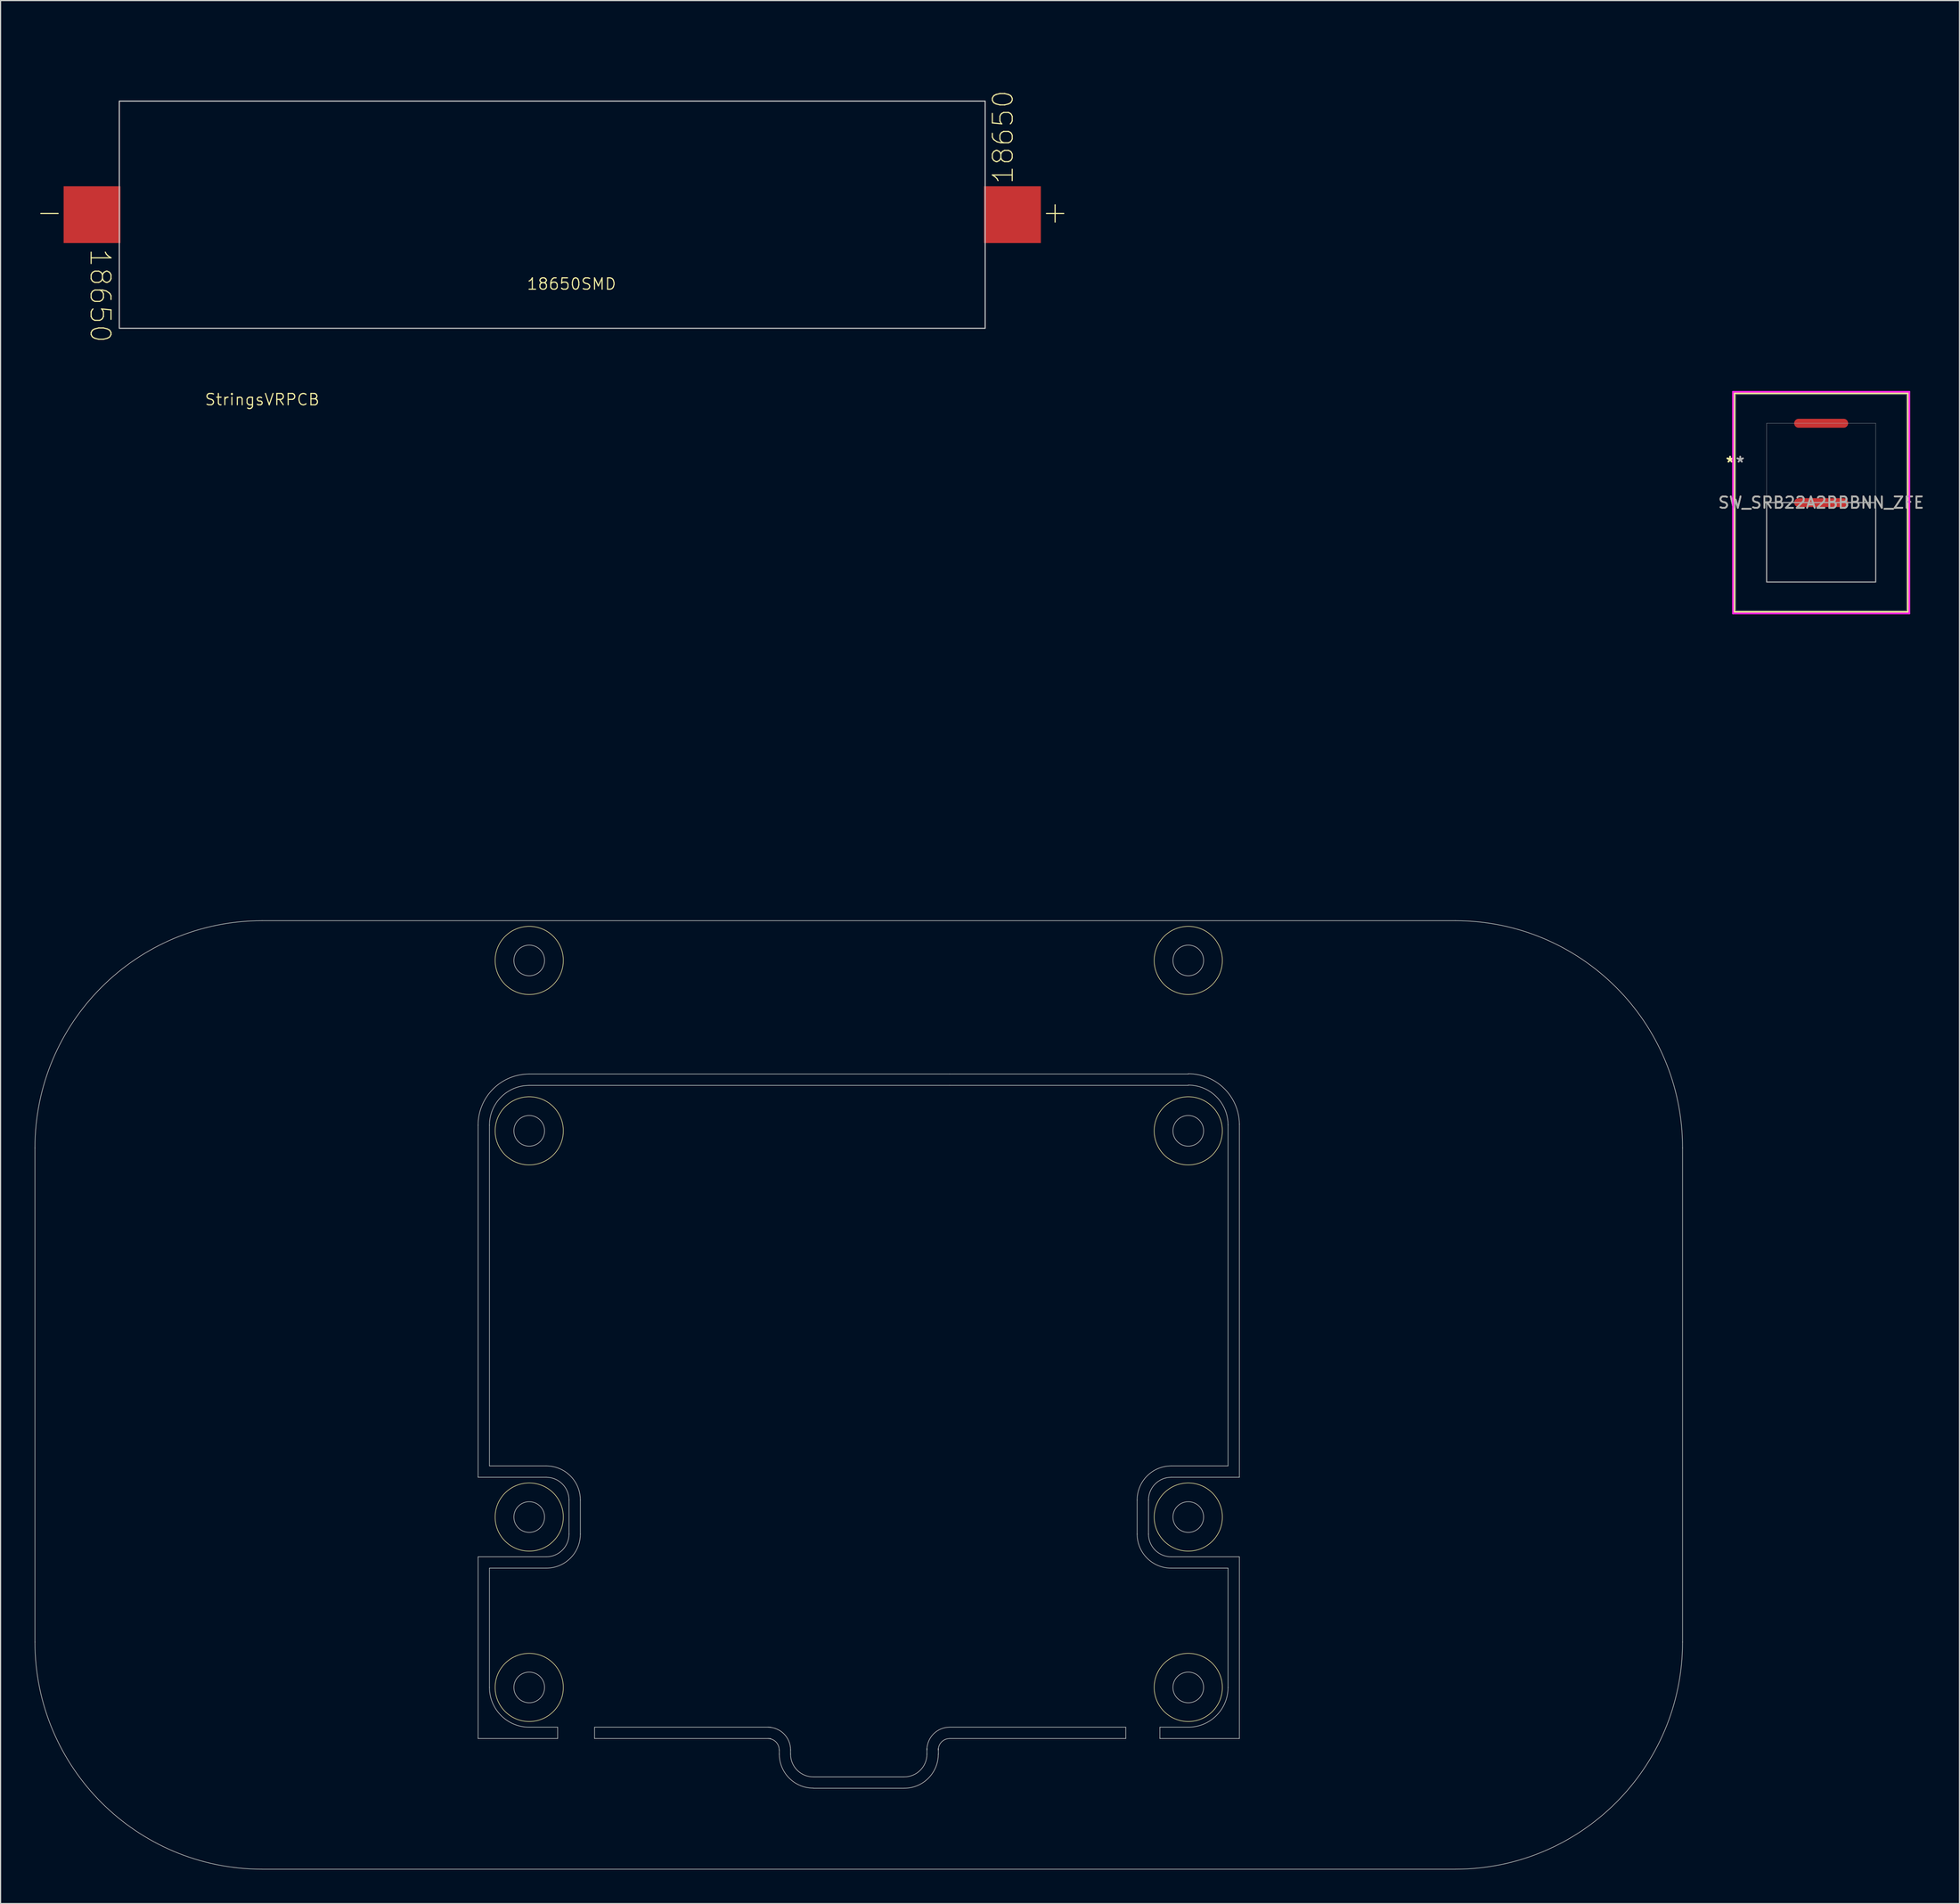
<source format=kicad_pcb>
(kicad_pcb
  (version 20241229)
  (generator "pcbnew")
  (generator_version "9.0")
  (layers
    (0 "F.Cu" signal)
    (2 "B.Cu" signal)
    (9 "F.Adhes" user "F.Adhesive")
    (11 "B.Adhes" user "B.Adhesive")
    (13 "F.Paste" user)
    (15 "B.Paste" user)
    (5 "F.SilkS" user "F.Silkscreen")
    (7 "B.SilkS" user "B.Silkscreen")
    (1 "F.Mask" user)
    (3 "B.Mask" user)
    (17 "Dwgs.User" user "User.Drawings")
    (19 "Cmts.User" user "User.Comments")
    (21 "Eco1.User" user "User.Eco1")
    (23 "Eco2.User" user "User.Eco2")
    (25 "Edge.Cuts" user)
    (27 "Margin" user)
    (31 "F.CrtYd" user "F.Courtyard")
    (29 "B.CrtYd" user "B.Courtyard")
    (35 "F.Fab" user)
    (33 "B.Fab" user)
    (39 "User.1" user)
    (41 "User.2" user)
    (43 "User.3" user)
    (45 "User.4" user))
  (footprint "StringsVRPCB"
    (layer "F.Cu")
    (at 72.525 121.502)
    (property "Reference" "StringsVRPCB" (at -52.5 -89.375 0) (unlocked yes) (layer "F.SilkS") (effects (font (size 1 1) (thickness 0.1))))
    (fp_circle (center -29 -40) (end -26 -40) (stroke (width 0.05) (type default)) (fill no) (layer "F.SilkS"))
    (fp_circle (center -29 -25) (end -26 -25) (stroke (width 0.05) (type default)) (fill no) (layer "F.SilkS"))
    (fp_circle (center -29 9) (end -26 9) (stroke (width 0.05) (type default)) (fill no) (layer "F.SilkS"))
    (fp_circle (center -29 24) (end -26 24) (stroke (width 0.05) (type default)) (fill no) (layer "F.SilkS"))
    (fp_circle (center 29 -40) (end 32 -40) (stroke (width 0.05) (type default)) (fill no) (layer "F.SilkS"))
    (fp_circle (center 29 -25) (end 32 -25) (stroke (width 0.05) (type default)) (fill no) (layer "F.SilkS"))
    (fp_circle (center 29 9) (end 32 9) (stroke (width 0.05) (type default)) (fill no) (layer "F.SilkS"))
    (fp_circle (center 29 24) (end 32 24) (stroke (width 0.05) (type default)) (fill no) (layer "F.SilkS"))
    (fp_line (start -72.5 -23.5) (end -72.5 20) (stroke (width 0.05) (type default)) (layer "Edge.Cuts"))
    (fp_line (start -52.5 40) (end 52.5 40) (stroke (width 0.05) (type default)) (layer "Edge.Cuts"))
    (fp_line (start -33.5 5.5) (end -33.5 -25.5) (stroke (width 0.05) (type default)) (layer "Edge.Cuts"))
    (fp_line (start -33.5 12.5) (end -27.5 12.5) (stroke (width 0.05) (type default)) (layer "Edge.Cuts"))
    (fp_line (start -33.5 28.5) (end -33.5 12.5) (stroke (width 0.05) (type default)) (layer "Edge.Cuts"))
    (fp_line (start -33.497 28.5) (end -26.503 28.5) (stroke (width 0.05) (type default)) (layer "Edge.Cuts"))
    (fp_line (start -32.5 -25.5) (end -32.5 4.5) (stroke (width 0.05) (type default)) (layer "Edge.Cuts"))
    (fp_line (start -32.5 13.5) (end -27.5 13.5) (stroke (width 0.05) (type default)) (layer "Edge.Cuts"))
    (fp_line (start -32.5 24) (end -32.5 13.5) (stroke (width 0.05) (type default)) (layer "Edge.Cuts"))
    (fp_line (start -29 27.5) (end -26.5 27.5) (stroke (width 0.05) (type default)) (layer "Edge.Cuts"))
    (fp_line (start -27.5 4.5) (end -32.5 4.5) (stroke (width 0.05) (type default)) (layer "Edge.Cuts"))
    (fp_line (start -27.5 5.5) (end -33.5 5.5) (stroke (width 0.05) (type default)) (layer "Edge.Cuts"))
    (fp_line (start -26.5 28.5) (end -26.5 27.5) (stroke (width 0.05) (type default)) (layer "Edge.Cuts"))
    (fp_line (start -25.5 10.5) (end -25.5 7.5) (stroke (width 0.05) (type default)) (layer "Edge.Cuts"))
    (fp_line (start -24.5 10.5) (end -24.5 7.5) (stroke (width 0.05) (type default)) (layer "Edge.Cuts"))
    (fp_line (start -23.25 27.5) (end -23.25 28.5) (stroke (width 0.05) (type default)) (layer "Edge.Cuts"))
    (fp_line (start -23.25 28.5) (end -7.75 28.5) (stroke (width 0.05) (type default)) (layer "Edge.Cuts"))
    (fp_line (start -7.75 27.5) (end -23.25 27.5) (stroke (width 0.05) (type default)) (layer "Edge.Cuts"))
    (fp_line (start -6.99 29.5) (end -6.99 29.875) (stroke (width 0.05) (type default)) (layer "Edge.Cuts"))
    (fp_line (start -6 29.5) (end -6 29.875) (stroke (width 0.05) (type default)) (layer "Edge.Cuts"))
    (fp_line (start -4 31.875) (end 4 31.875) (stroke (width 0.05) (type default)) (layer "Edge.Cuts"))
    (fp_line (start -4 32.875) (end 4 32.875) (stroke (width 0.05) (type default)) (layer "Edge.Cuts"))
    (fp_line (start 6 29.875) (end 6 29.375) (stroke (width 0.05) (type default)) (layer "Edge.Cuts"))
    (fp_line (start 7.01 29.875) (end 7.007 29.382) (stroke (width 0.05) (type default)) (layer "Edge.Cuts"))
    (fp_line (start 8 28.5) (end 23.5 28.5) (stroke (width 0.05) (type default)) (layer "Edge.Cuts"))
    (fp_line (start 8 -30) (end -29 -30) (stroke (width 0.05) (type default)) (layer "Edge.Cuts"))
    (fp_line (start 8 -29) (end -29 -29) (stroke (width 0.05) (type default)) (layer "Edge.Cuts"))
    (fp_line (start 23.5 27.5) (end 8 27.5) (stroke (width 0.05) (type default)) (layer "Edge.Cuts"))
    (fp_line (start 23.5 28.5) (end 23.5 27.5) (stroke (width 0.05) (type default)) (layer "Edge.Cuts"))
    (fp_line (start 24.5 7.5) (end 24.5 10.5) (stroke (width 0.05) (type default)) (layer "Edge.Cuts"))
    (fp_line (start 25.5 7.5) (end 25.5 10.5) (stroke (width 0.05) (type default)) (layer "Edge.Cuts"))
    (fp_line (start 26.5 27.5) (end 26.5 28.5) (stroke (width 0.05) (type default)) (layer "Edge.Cuts"))
    (fp_line (start 26.5 27.5) (end 29 27.5) (stroke (width 0.05) (type default)) (layer "Edge.Cuts"))
    (fp_line (start 26.5 28.5) (end 33.5 28.5) (stroke (width 0.05) (type default)) (layer "Edge.Cuts"))
    (fp_line (start 27.5 12.5) (end 33.5 12.5) (stroke (width 0.05) (type default)) (layer "Edge.Cuts"))
    (fp_line (start 27.5 13.5) (end 32.5 13.5) (stroke (width 0.05) (type default)) (layer "Edge.Cuts"))
    (fp_line (start 29 -30) (end 8 -30) (stroke (width 0.05) (type default)) (layer "Edge.Cuts"))
    (fp_line (start 29 -29) (end 8 -29) (stroke (width 0.05) (type default)) (layer "Edge.Cuts"))
    (fp_line (start 32.5 4.5) (end 27.5 4.5) (stroke (width 0.05) (type default)) (layer "Edge.Cuts"))
    (fp_line (start 32.5 4.5) (end 32.5 -25.525) (stroke (width 0.05) (type default)) (layer "Edge.Cuts"))
    (fp_line (start 32.5 13.5) (end 32.5 24) (stroke (width 0.05) (type default)) (layer "Edge.Cuts"))
    (fp_line (start 33.5 -25.582) (end 33.5 5.5) (stroke (width 0.05) (type default)) (layer "Edge.Cuts"))
    (fp_line (start 33.5 5.5) (end 27.5 5.5) (stroke (width 0.05) (type default)) (layer "Edge.Cuts"))
    (fp_line (start 33.5 12.5) (end 33.5 28.5) (stroke (width 0.05) (type default)) (layer "Edge.Cuts"))
    (fp_line (start 52.5 -43.5) (end -52.5 -43.5) (stroke (width 0.05) (type default)) (layer "Edge.Cuts"))
    (fp_line (start 72.5 20) (end 72.5 -23.5) (stroke (width 0.05) (type default)) (layer "Edge.Cuts"))
    (fp_arc (start -72.5 -23.5) (mid -66.642136 -37.642136) (end -52.5 -43.5) (stroke (width 0.05) (type default)) (layer "Edge.Cuts"))
    (fp_arc (start -52.5 40) (mid -66.642136 34.142136) (end -72.5 20) (stroke (width 0.05) (type default)) (layer "Edge.Cuts"))
    (fp_arc (start -33.5 -25.5) (mid -32.181981 -28.681981) (end -29 -30) (stroke (width 0.05) (type default)) (layer "Edge.Cuts"))
    (fp_arc (start -32.5 -25.499999) (mid -31.474874 -27.974873) (end -29 -29) (stroke (width 0.05) (type default)) (layer "Edge.Cuts"))
    (fp_arc (start -28.999999 27.499999) (mid -31.474873 26.474873) (end -32.499999 24) (stroke (width 0.05) (type default)) (layer "Edge.Cuts"))
    (fp_arc (start -27.5 4.500001) (mid -25.37868 5.378681) (end -24.5 7.500001) (stroke (width 0.05) (type default)) (layer "Edge.Cuts"))
    (fp_arc (start -27.5 5.500001) (mid -26.085786 6.085787) (end -25.5 7.500001) (stroke (width 0.05) (type default)) (layer "Edge.Cuts"))
    (fp_arc (start -25.5 10.500001) (mid -26.085786 11.914215) (end -27.5 12.500001) (stroke (width 0.05) (type default)) (layer "Edge.Cuts"))
    (fp_arc (start -24.5 10.500001) (mid -25.37868 12.621321) (end -27.5 13.500001) (stroke (width 0.05) (type default)) (layer "Edge.Cuts"))
    (fp_arc (start -8 27.5) (mid -6.585786 28.085786) (end -6 29.5) (stroke (width 0.05) (type default)) (layer "Edge.Cuts"))
    (fp_arc (start -8 28.5) (mid -7.292893 28.792893) (end -7 29.5) (stroke (width 0.05) (type default)) (layer "Edge.Cuts"))
    (fp_arc (start -4 31.875) (mid -5.414214 31.289214) (end -6 29.875) (stroke (width 0.05) (type default)) (layer "Edge.Cuts"))
    (fp_arc (start -4 32.864602) (mid -6.113949 31.988987) (end -6.989602 29.875054) (stroke (width 0.05) (type default)) (layer "Edge.Cuts"))
    (fp_arc (start 6 29.5) (mid 6.585786 28.085786) (end 8 27.5) (stroke (width 0.05) (type default)) (layer "Edge.Cuts"))
    (fp_arc (start 6 29.875) (mid 5.414214 31.289214) (end 4 31.875) (stroke (width 0.05) (type default)) (layer "Edge.Cuts"))
    (fp_arc (start 6.99998 29.506932) (mid 7.290394 28.795339) (end 7.999956 28.5) (stroke (width 0.05) (type default)) (layer "Edge.Cuts"))
    (fp_arc (start 7 29.875) (mid 6.12132 31.99632) (end 4 32.875) (stroke (width 0.05) (type default)) (layer "Edge.Cuts"))
    (fp_arc (start 24.5 7.5) (mid 25.37868 5.37868) (end 27.5 4.5) (stroke (width 0.05) (type default)) (layer "Edge.Cuts"))
    (fp_arc (start 25.5 7.5) (mid 26.085786 6.085786) (end 27.5 5.5) (stroke (width 0.05) (type default)) (layer "Edge.Cuts"))
    (fp_arc (start 27.5 12.5) (mid 26.085786 11.914214) (end 25.5 10.5) (stroke (width 0.05) (type default)) (layer "Edge.Cuts"))
    (fp_arc (start 27.5 13.5) (mid 25.37868 12.62132) (end 24.5 10.5) (stroke (width 0.05) (type default)) (layer "Edge.Cuts"))
    (fp_arc (start 29 -30.025485) (mid 32.162025 -28.727442) (end 33.499998 -25.582106) (stroke (width 0.05) (type default)) (layer "Edge.Cuts"))
    (fp_arc (start 29 -29.025126) (mid 31.474874 -28) (end 32.5 -25.525126) (stroke (width 0.05) (type default)) (layer "Edge.Cuts"))
    (fp_arc (start 32.5 23.999999) (mid 31.474874 26.474873) (end 29 27.5) (stroke (width 0.05) (type default)) (layer "Edge.Cuts"))
    (fp_arc (start 52.5 -43.5) (mid 66.642136 -37.642136) (end 72.5 -23.5) (stroke (width 0.05) (type default)) (layer "Edge.Cuts"))
    (fp_arc (start 72.5 20) (mid 66.642136 34.142136) (end 52.5 40) (stroke (width 0.05) (type default)) (layer "Edge.Cuts"))
    (fp_circle (center -29 -40) (end -27.65 -40) (stroke (width 0.05) (type default)) (fill no) (layer "Edge.Cuts"))
    (fp_circle (center -29 -25) (end -27.65 -25) (stroke (width 0.05) (type default)) (fill no) (layer "Edge.Cuts"))
    (fp_circle (center -29 9) (end -27.65 9) (stroke (width 0.05) (type default)) (fill no) (layer "Edge.Cuts"))
    (fp_circle (center -29 24) (end -27.65 24) (stroke (width 0.05) (type default)) (fill no) (layer "Edge.Cuts"))
    (fp_circle (center 29 -40) (end 30.35 -40) (stroke (width 0.05) (type default)) (fill no) (layer "Edge.Cuts"))
    (fp_circle (center 29 -25) (end 30.35 -25) (stroke (width 0.05) (type default)) (fill no) (layer "Edge.Cuts"))
    (fp_circle (center 29 9) (end 30.35 9) (stroke (width 0.05) (type default)) (fill no) (layer "Edge.Cuts"))
    (fp_circle (center 29 24) (end 30.35 24) (stroke (width 0.05) (type default)) (fill no) (layer "Edge.Cuts")))
  (footprint "SW_SRB22A2BBBNN_ZFE"
    (layer "F.Cu")
    (at 157.223 34.211)
    (property "Reference" "SW_SRB22A2BBBNN_ZFE" (at 0 6.985 0) (unlocked yes) (layer "F.SilkS") (effects (font (size 1 1) (thickness 0.15))))
    (attr smd)
    (fp_line (start -7.633 -2.642) (end -7.633 16.612) (stroke (width 0.152) (type solid)) (layer "F.SilkS"))
    (fp_line (start -7.633 16.612) (end 7.633 16.612) (stroke (width 0.152) (type solid)) (layer "F.SilkS"))
    (fp_line (start 7.633 -2.642) (end -7.633 -2.642) (stroke (width 0.152) (type solid)) (layer "F.SilkS"))
    (fp_line (start 7.633 16.612) (end 7.633 -2.642) (stroke (width 0.152) (type solid)) (layer "F.SilkS"))
    (fp_line (start -7.76 -2.769) (end -7.76 16.739) (stroke (width 0.152) (type solid)) (layer "F.CrtYd"))
    (fp_line (start -7.76 16.739) (end 7.76 16.739) (stroke (width 0.152) (type solid)) (layer "F.CrtYd"))
    (fp_line (start 7.76 -2.769) (end -7.76 -2.769) (stroke (width 0.152) (type solid)) (layer "F.CrtYd"))
    (fp_line (start 7.76 16.739) (end 7.76 -2.769) (stroke (width 0.152) (type solid)) (layer "F.CrtYd"))
    (fp_line (start -7.506 -2.515) (end -7.506 16.485) (stroke (width 0.025) (type solid)) (layer "F.Fab"))
    (fp_line (start -7.506 16.485) (end 7.506 16.485) (stroke (width 0.025) (type solid)) (layer "F.Fab"))
    (fp_line (start -4.801 0) (end 4.801 0) (stroke (width 0.025) (type solid)) (layer "F.Fab"))
    (fp_line (start -4.801 13.97) (end -4.801 0) (stroke (width 0.025) (type solid)) (layer "F.Fab"))
    (fp_line (start 4.801 0) (end 4.801 13.97) (stroke (width 0.025) (type solid)) (layer "F.Fab"))
    (fp_line (start 4.801 13.97) (end -4.801 13.97) (stroke (width 0.025) (type solid)) (layer "F.Fab"))
    (fp_line (start 7.506 -2.515) (end -7.506 -2.515) (stroke (width 0.025) (type solid)) (layer "F.Fab"))
    (fp_line (start 7.506 16.485) (end 7.506 -2.515) (stroke (width 0.025) (type solid)) (layer "F.Fab"))
    (fp_poly (pts (xy -4.801 13.97) (xy -4.801 6.985) (xy 4.801 6.985) (xy 4.801 13.97)) (stroke (width 0.1) (type solid)) (fill no) (layer "F.Fab"))
    (fp_text user "*" (at -8.014 3.493 0) (unlocked yes) (layer "F.SilkS") (effects (font (size 1 1) (thickness 0.15))))
    (fp_text user "*" (at -8.014 3.493 0) (layer "F.SilkS") (effects (font (size 1 1) (thickness 0.15))))
    (fp_text user "${REFERENCE}" (at 0 6.985 0) (unlocked yes) (layer "F.Fab") (effects (font (size 1 1) (thickness 0.15))))
    (fp_text user "*" (at -7.125 3.493 0) (layer "F.Fab") (effects (font (size 1 1) (thickness 0.15))))
    (fp_text user "*" (at -7.125 3.493 0) (unlocked yes) (layer "F.Fab") (effects (font (size 1 1) (thickness 0.15))))
    (pad "1" smd oval (at 0 0) (size 4.75 0.787) (layers "F.Cu" "F.Mask" "F.Paste"))
    (pad "2" smd oval (at 0 6.985) (size 4.75 0.787) (layers "F.Cu" "F.Mask" "F.Paste")))
  (footprint "18650SMD"
    (layer "F.Cu")
    (at 7.25 0.25)
    (property "Reference" "18650SMD" (at 40 21.7 0) (unlocked yes) (layer "F.SilkS") (effects (font (size 1 1) (thickness 0.1))))
    (attr smd)
    (fp_rect (start 0.2 5.6) (end 76.4 25.6) (stroke (width 0.1) (type default)) (fill no) (layer "Dwgs.User"))
    (fp_text user "18650 " (at -2.5 18.5 270) (unlocked yes) (layer "F.SilkS") (effects (font (size 1.75 1.75) (thickness 0.1)) (justify left bottom)))
    (fp_text user "+" (at 81.25 16.5 0) (unlocked yes) (layer "F.SilkS") (effects (font (size 2 2) (thickness 0.1)) (justify left bottom)))
    (fp_text user "18650 " (at 79 13 90) (unlocked yes) (layer "F.SilkS") (effects (font (size 1.75 1.75) (thickness 0.1)) (justify left bottom)))
    (fp_text user "-" (at -7.25 16.5 0) (unlocked yes) (layer "F.SilkS") (effects (font (size 2 2) (thickness 0.1)) (justify left bottom)))
    (pad "1" smd custom (at -2.2 15.6) (size 5 5) (layers "*.Mask" "F.Cu" "F.Paste") (options (anchor rect)) (primitives))
    (pad "2" smd custom (at 78.8 15.6) (size 5 5) (layers "*.Mask" "F.Cu" "F.Paste") (options (anchor rect)) (primitives)))
  (gr_rect
    (start -3 -3)
    (end 169.395 164.527)
    (stroke (width 0.1) (type default))
    (fill no)
    (layer "Edge.Cuts")))
</source>
